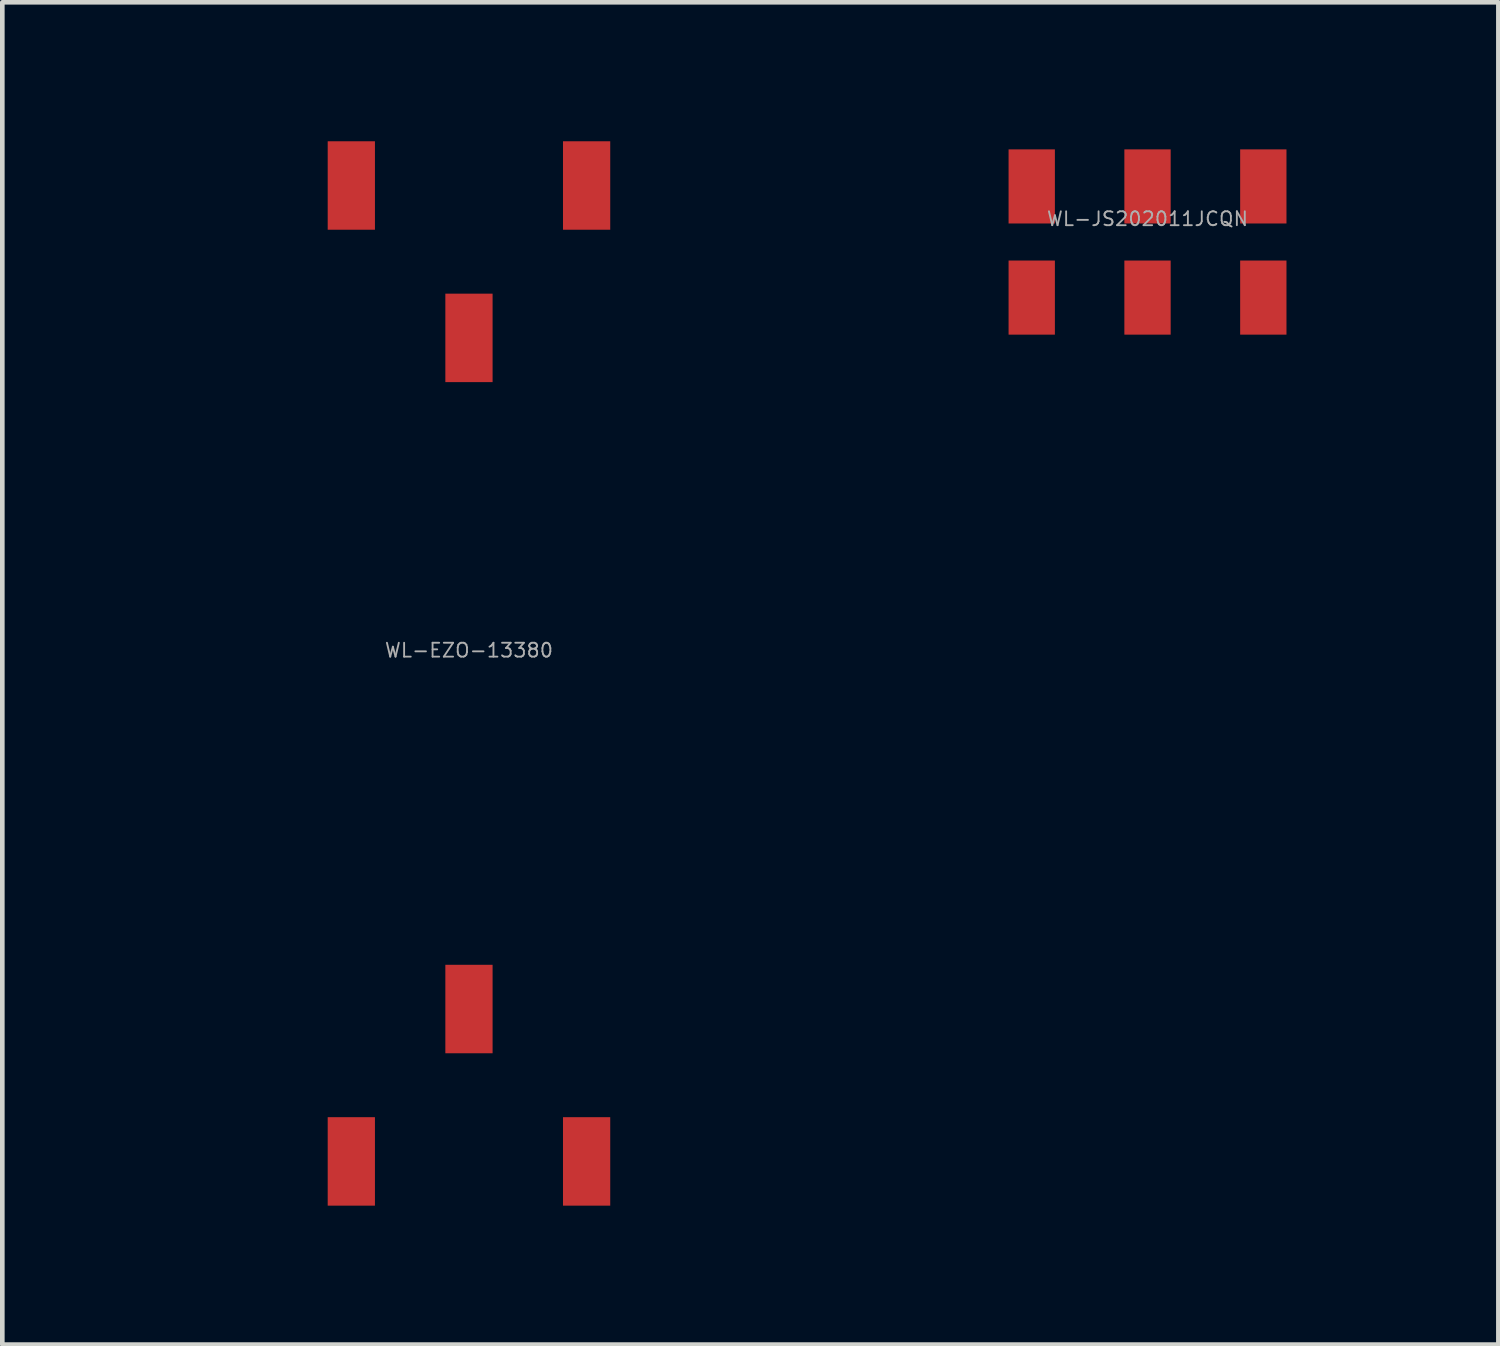
<source format=kicad_pcb>
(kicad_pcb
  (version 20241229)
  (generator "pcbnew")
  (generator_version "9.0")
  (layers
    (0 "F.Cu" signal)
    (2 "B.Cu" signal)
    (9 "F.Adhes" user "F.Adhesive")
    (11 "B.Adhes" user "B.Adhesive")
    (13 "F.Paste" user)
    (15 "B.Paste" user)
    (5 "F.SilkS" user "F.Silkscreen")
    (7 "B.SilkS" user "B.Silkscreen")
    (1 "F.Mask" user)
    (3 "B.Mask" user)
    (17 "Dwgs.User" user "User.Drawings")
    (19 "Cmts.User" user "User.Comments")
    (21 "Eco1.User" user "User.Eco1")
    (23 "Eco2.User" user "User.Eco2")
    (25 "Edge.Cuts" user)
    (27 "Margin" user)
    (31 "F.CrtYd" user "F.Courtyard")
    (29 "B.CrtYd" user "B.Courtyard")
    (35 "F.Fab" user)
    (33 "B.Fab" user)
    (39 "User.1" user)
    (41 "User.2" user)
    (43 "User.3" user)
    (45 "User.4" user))
  (footprint "WL-JS202011JCQN"
    (layer "F.Cu")
    (at 21.725 2.175)
    (property "Reference" "WL-JS202011JCQN" (at 0 -0.5 0) (layer "F.Fab") (effects (font (size 0.3 0.3) (thickness 0.04))))
    (attr smd)
    (fp_line (start -4.5 -2.1) (end 4.5 -2.1) (stroke (width 0.15) (type solid)) (layer "Eco1.User"))
    (fp_line (start -4.5 2.1) (end -4.5 -2.1) (stroke (width 0.15) (type solid)) (layer "Eco1.User"))
    (fp_line (start 4.5 -2.1) (end 4.5 2.1) (stroke (width 0.15) (type solid)) (layer "Eco1.User"))
    (fp_line (start 4.5 2.1) (end -4.5 2.1) (stroke (width 0.15) (type solid)) (layer "Eco1.User"))
    (pad "1" smd rect (at -2.5 -1.2) (size 1 1.6) (layers "F.Cu" "F.Mask" "F.Paste"))
    (pad "1" smd rect (at -2.5 1.2) (size 1 1.6) (layers "F.Cu" "F.Mask" "F.Paste"))
    (pad "2" smd rect (at 0 -1.2) (size 1 1.6) (layers "F.Cu" "F.Mask" "F.Paste"))
    (pad "2" smd rect (at 0 1.2) (size 1 1.6) (layers "F.Cu" "F.Mask" "F.Paste"))
    (pad "3" smd rect (at 2.5 -1.2) (size 1 1.6) (layers "F.Cu" "F.Mask" "F.Paste"))
    (pad "3" smd rect (at 2.5 1.2) (size 1 1.6) (layers "F.Cu" "F.Mask" "F.Paste")))
  (footprint "WL-EZO-13380"
    (layer "F.Cu")
    (at 7.075 11.49)
    (property "Reference" "WL-EZO-13380" (at 0 -0.5 0) (layer "F.Fab") (effects (font (size 0.3 0.3) (thickness 0.04))))
    (attr through_hole)
    (fp_line (start -7 -10.25) (end -7 10.25) (stroke (width 0.15) (type solid)) (layer "Eco1.User"))
    (fp_line (start -7 -10.25) (end 7 -10.25) (stroke (width 0.15) (type solid)) (layer "Eco1.User"))
    (fp_line (start -7 10.25) (end 7 10.25) (stroke (width 0.15) (type solid)) (layer "Eco1.User"))
    (fp_line (start -3.81 -10.14) (end -3.81 -7.64) (stroke (width 0.15) (type solid)) (layer "Eco1.User"))
    (fp_line (start -3.81 -10.14) (end 3.81 -10.14) (stroke (width 0.15) (type solid)) (layer "Eco1.User"))
    (fp_line (start -3.81 -7.64) (end 3.81 -7.64) (stroke (width 0.15) (type solid)) (layer "Eco1.User"))
    (fp_line (start -3.81 7.64) (end -3.81 10.14) (stroke (width 0.15) (type solid)) (layer "Eco1.User"))
    (fp_line (start -3.81 7.64) (end 3.81 7.64) (stroke (width 0.15) (type solid)) (layer "Eco1.User"))
    (fp_line (start -3.81 10.14) (end 3.81 10.14) (stroke (width 0.15) (type solid)) (layer "Eco1.User"))
    (fp_line (start 3.81 -10.14) (end 3.81 -7.64) (stroke (width 0.15) (type solid)) (layer "Eco1.User"))
    (fp_line (start 3.81 7.64) (end 3.81 10.14) (stroke (width 0.15) (type solid)) (layer "Eco1.User"))
    (fp_line (start 7 -10.25) (end 7 10.25) (stroke (width 0.15) (type solid)) (layer "Eco1.User"))
    (pad "1" smd rect (at -2.54 -10.535) (size 1.02 1.91) (layers "F.Cu" "F.Mask" "F.Paste"))
    (pad "2" smd rect (at 0 -7.245) (size 1.02 1.91) (layers "F.Cu" "F.Mask" "F.Paste"))
    (pad "3" smd rect (at 2.54 -10.535) (size 1.02 1.91) (layers "F.Cu" "F.Mask" "F.Paste"))
    (pad "4" smd rect (at -2.54 10.535) (size 1.02 1.91) (layers "F.Cu" "F.Mask" "F.Paste"))
    (pad "5" smd rect (at 0 7.245) (size 1.02 1.91) (layers "F.Cu" "F.Mask" "F.Paste"))
    (pad "6" smd rect (at 2.54 10.535) (size 1.02 1.91) (layers "F.Cu" "F.Mask" "F.Paste")))
  (gr_rect
    (start -3 -3)
    (end 29.3 25.98)
    (stroke (width 0.1) (type default))
    (fill no)
    (layer "Edge.Cuts")))
</source>
